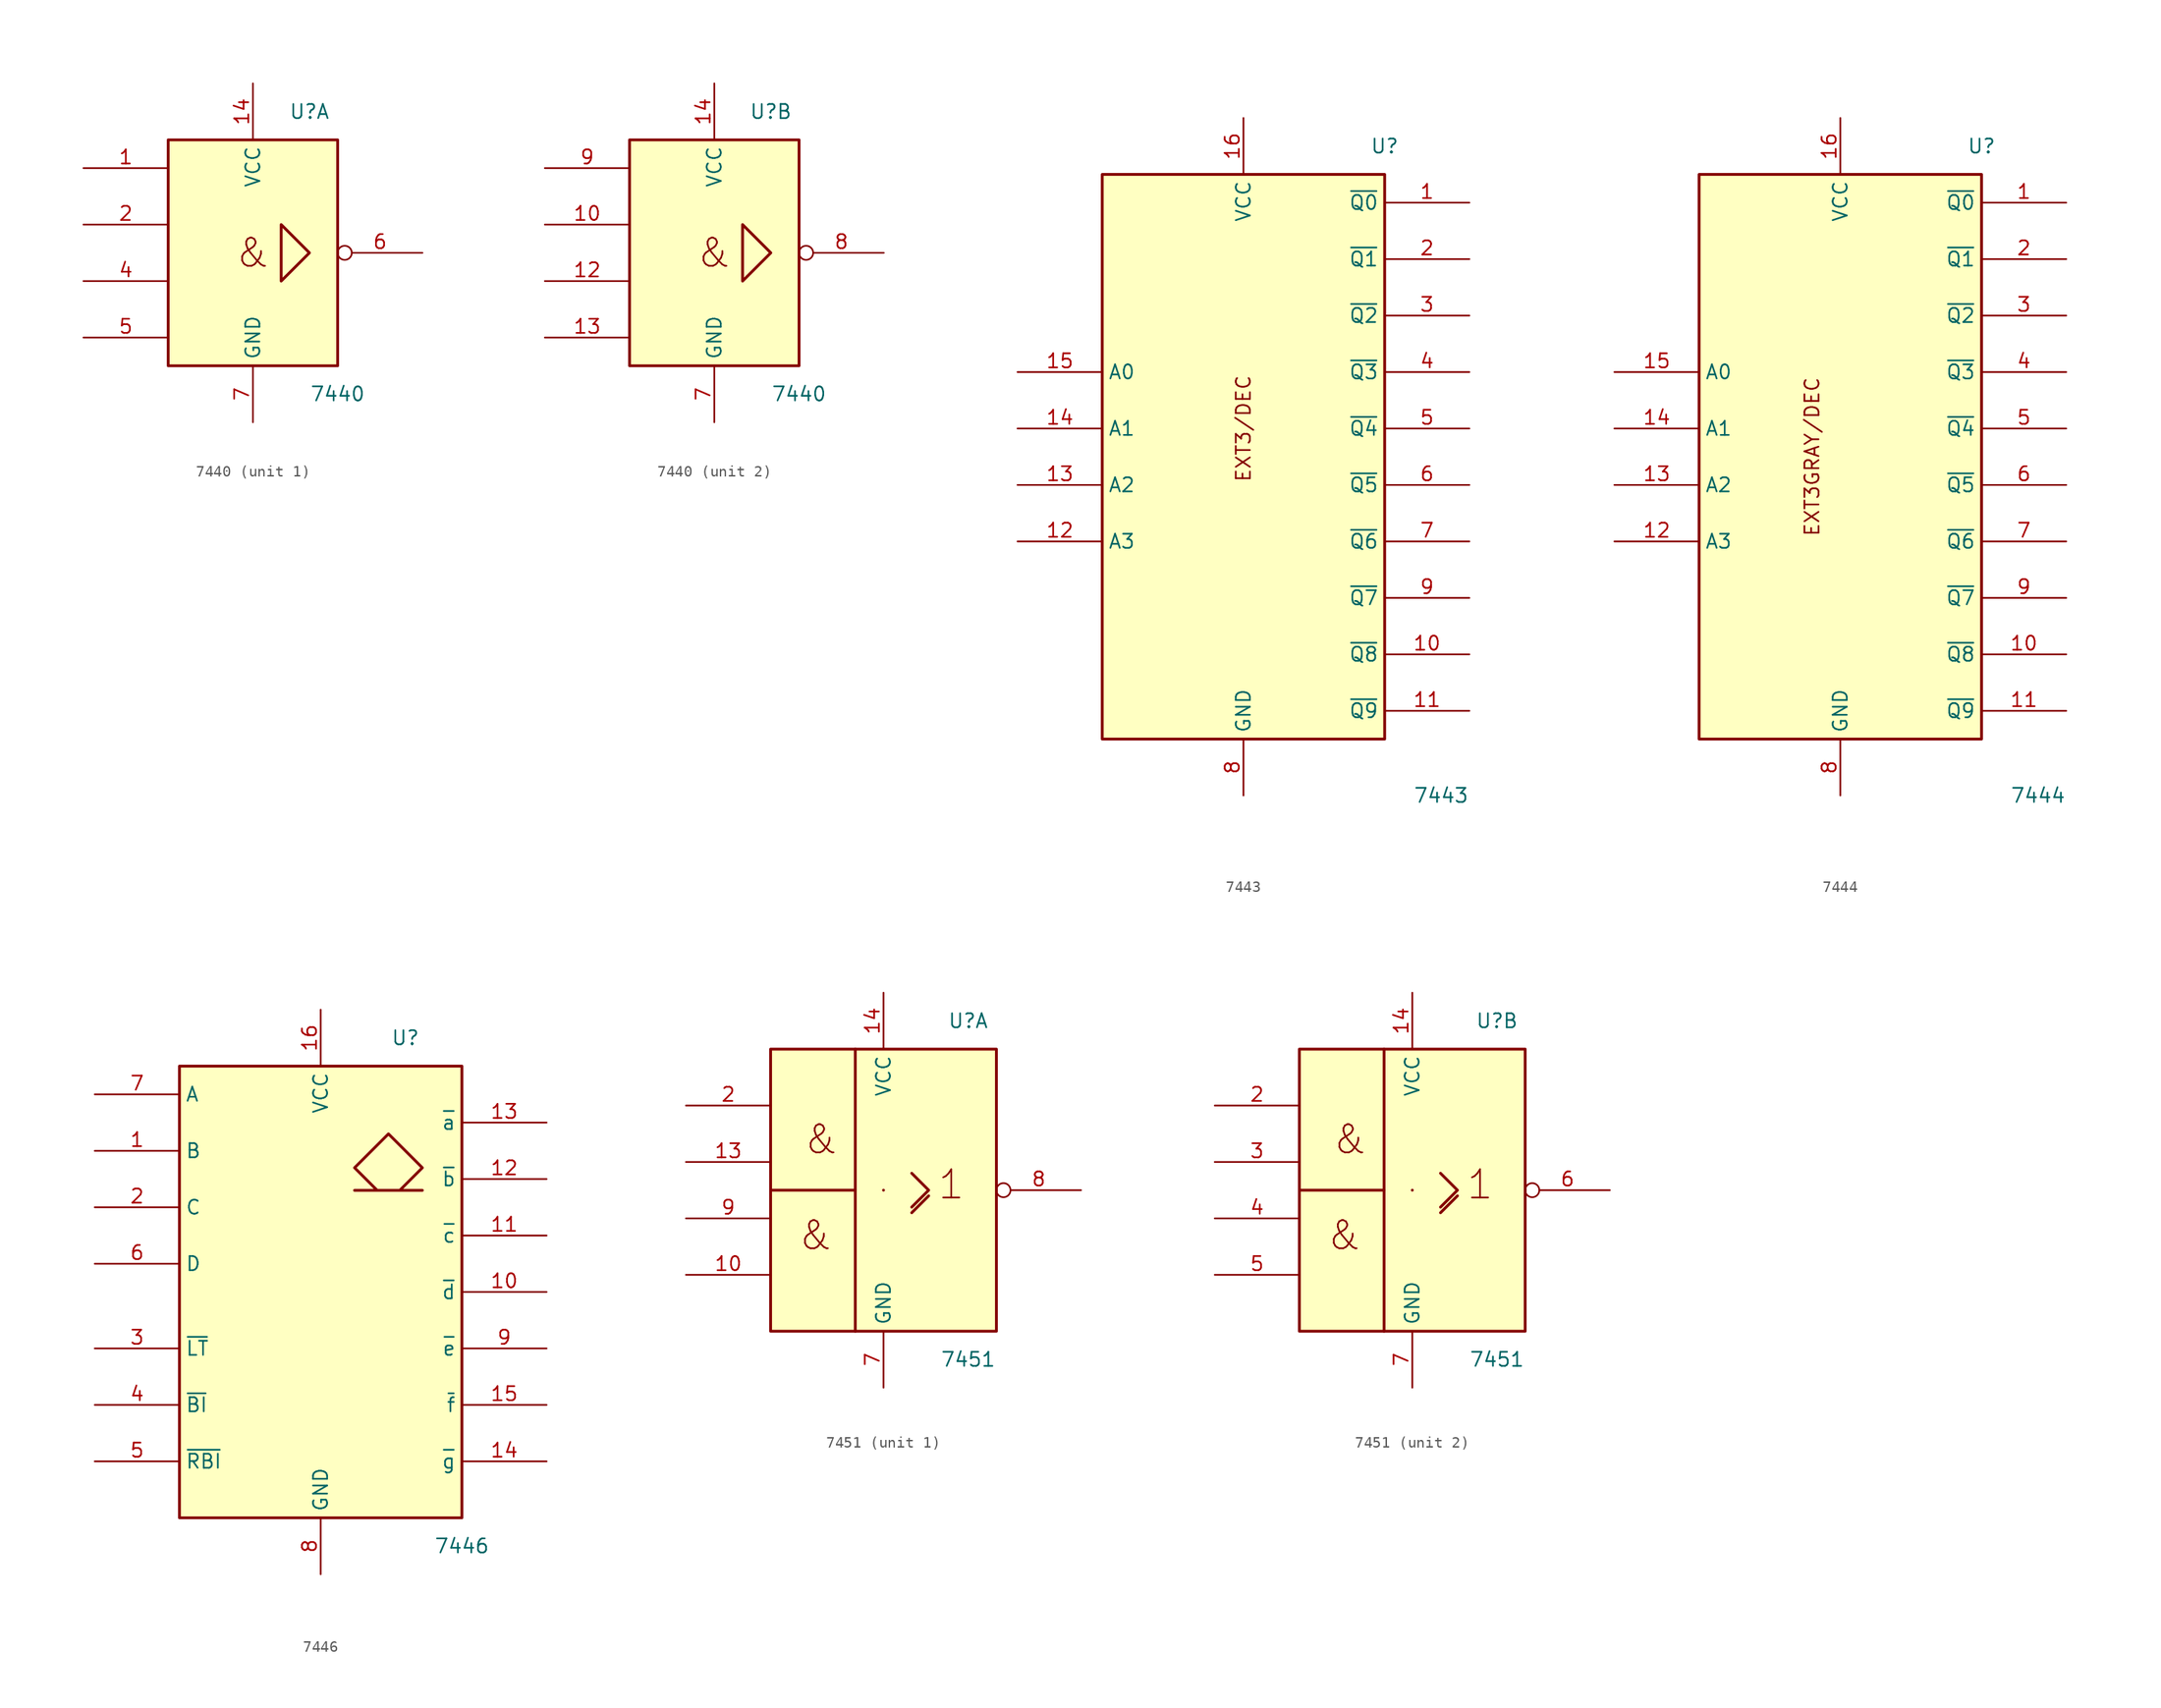
<source format=kicad_sym>
(kicad_symbol_lib
  (version 20220914)
  (generator kicad_symbol_editor)
  (symbol "7440"
    (property "Reference" "U"
      (at 5.08 12.7 0)
      (effects (font (size 1.27 1.27))))
    (property "Value" "7440"
      (at 7.62 -12.7 0)
      (effects (font (size 1.27 1.27))))
    (symbol "7440_0_0"
      (text "&" (at 0 0 0) (effects (font (size 2.54 2.54)))))
    (symbol "7440_0_1"
      (rectangle (start -7.62 10.16) (end 7.62 -10.16) (stroke (width 0.254) (type default)) (fill (type background)))
      (polyline (pts (xy 2.54 2.54) (xy 2.54 -2.54) (xy 5.08 0) (xy 2.54 2.54) (xy 2.54 2.54)) (stroke (width 0.254) (type default)) (fill (type background)))
      (pin power_in line (at 0 15.24 270) (length 5.08) (name "VCC" (effects (font (size 1.27 1.27)))) (number "14" (effects (font (size 1.27 1.27)))))
      (pin power_in line (at 0 -15.24 90) (length 5.08) (name "GND" (effects (font (size 1.27 1.27)))) (number "7" (effects (font (size 1.27 1.27))))))
    (symbol "7440_1_1"
      (pin input line (at -15.24 7.62 0) (length 7.62) (name "~" (effects (font (size 1.27 1.27)))) (number "1" (effects (font (size 1.27 1.27)))))
      (pin input line (at -15.24 2.54 0) (length 7.62) (name "~" (effects (font (size 1.27 1.27)))) (number "2" (effects (font (size 1.27 1.27)))))
      (pin input line (at -15.24 -2.54 0) (length 7.62) (name "~" (effects (font (size 1.27 1.27)))) (number "4" (effects (font (size 1.27 1.27)))))
      (pin input line (at -15.24 -7.62 0) (length 7.62) (name "~" (effects (font (size 1.27 1.27)))) (number "5" (effects (font (size 1.27 1.27)))))
      (pin output inverted (at 15.24 0 180) (length 7.62) (name "~" (effects (font (size 1.27 1.27)))) (number "6" (effects (font (size 1.27 1.27))))))
    (symbol "7440_2_1"
      (pin input line (at -15.24 2.54 0) (length 7.62) (name "~" (effects (font (size 1.27 1.27)))) (number "10" (effects (font (size 1.27 1.27)))))
      (pin input line (at -15.24 -2.54 0) (length 7.62) (name "~" (effects (font (size 1.27 1.27)))) (number "12" (effects (font (size 1.27 1.27)))))
      (pin input line (at -15.24 -7.62 0) (length 7.62) (name "~" (effects (font (size 1.27 1.27)))) (number "13" (effects (font (size 1.27 1.27)))))
      (pin output inverted (at 15.24 0 180) (length 7.62) (name "~" (effects (font (size 1.27 1.27)))) (number "8" (effects (font (size 1.27 1.27)))))
      (pin input line (at -15.24 7.62 0) (length 7.62) (name "~" (effects (font (size 1.27 1.27)))) (number "9" (effects (font (size 1.27 1.27)))))))
  (symbol "7443"
    (property "Reference" "U"
      (at 12.7 27.94 0)
      (effects (font (size 1.27 1.27))))
    (property "Value" "7443"
      (at 17.78 -30.48 0)
      (effects (font (size 1.27 1.27))))
    (symbol "7443_0_0"
      (rectangle (start -12.7 25.4) (end 12.7 -25.4) (stroke (width 0.254) (type default)) (fill (type background)))
      (text "EXT3/DEC" (at 0 2.54 900) (effects (font (size 1.27 1.27))))
      (pin power_in line (at 0 30.48 270) (length 5.08) (name "VCC" (effects (font (size 1.27 1.27)))) (number "16" (effects (font (size 1.27 1.27)))))
      (pin power_in line (at 0 -30.48 90) (length 5.08) (name "GND" (effects (font (size 1.27 1.27)))) (number "8" (effects (font (size 1.27 1.27))))))
    (symbol "7443_1_1"
      (pin output line (at 20.32 22.86 180) (length 7.62) (name "~{Q0}" (effects (font (size 1.27 1.27)))) (number "1" (effects (font (size 1.27 1.27)))))
      (pin output line (at 20.32 -17.78 180) (length 7.62) (name "~{Q8}" (effects (font (size 1.27 1.27)))) (number "10" (effects (font (size 1.27 1.27)))))
      (pin output line (at 20.32 -22.86 180) (length 7.62) (name "~{Q9}" (effects (font (size 1.27 1.27)))) (number "11" (effects (font (size 1.27 1.27)))))
      (pin input line (at -20.32 -7.62 0) (length 7.62) (name "A3" (effects (font (size 1.27 1.27)))) (number "12" (effects (font (size 1.27 1.27)))))
      (pin input line (at -20.32 -2.54 0) (length 7.62) (name "A2" (effects (font (size 1.27 1.27)))) (number "13" (effects (font (size 1.27 1.27)))))
      (pin input line (at -20.32 2.54 0) (length 7.62) (name "A1" (effects (font (size 1.27 1.27)))) (number "14" (effects (font (size 1.27 1.27)))))
      (pin input line (at -20.32 7.62 0) (length 7.62) (name "A0" (effects (font (size 1.27 1.27)))) (number "15" (effects (font (size 1.27 1.27)))))
      (pin output line (at 20.32 17.78 180) (length 7.62) (name "~{Q1}" (effects (font (size 1.27 1.27)))) (number "2" (effects (font (size 1.27 1.27)))))
      (pin output line (at 20.32 12.7 180) (length 7.62) (name "~{Q2}" (effects (font (size 1.27 1.27)))) (number "3" (effects (font (size 1.27 1.27)))))
      (pin output line (at 20.32 7.62 180) (length 7.62) (name "~{Q3}" (effects (font (size 1.27 1.27)))) (number "4" (effects (font (size 1.27 1.27)))))
      (pin output line (at 20.32 2.54 180) (length 7.62) (name "~{Q4}" (effects (font (size 1.27 1.27)))) (number "5" (effects (font (size 1.27 1.27)))))
      (pin output line (at 20.32 -2.54 180) (length 7.62) (name "~{Q5}" (effects (font (size 1.27 1.27)))) (number "6" (effects (font (size 1.27 1.27)))))
      (pin output line (at 20.32 -7.62 180) (length 7.62) (name "~{Q6}" (effects (font (size 1.27 1.27)))) (number "7" (effects (font (size 1.27 1.27)))))
      (pin output line (at 20.32 -12.7 180) (length 7.62) (name "~{Q7}" (effects (font (size 1.27 1.27)))) (number "9" (effects (font (size 1.27 1.27)))))))
  (symbol "7444"
    (property "Reference" "U"
      (at 12.7 27.94 0)
      (effects (font (size 1.27 1.27))))
    (property "Value" "7444"
      (at 17.78 -30.48 0)
      (effects (font (size 1.27 1.27))))
    (symbol "7444_0_0"
      (rectangle (start -12.7 25.4) (end 12.7 -25.4) (stroke (width 0.254) (type default)) (fill (type background)))
      (text "EXT3GRAY/DEC" (at -2.54 0 900) (effects (font (size 1.27 1.27))))
      (pin power_in line (at 0 30.48 270) (length 5.08) (name "VCC" (effects (font (size 1.27 1.27)))) (number "16" (effects (font (size 1.27 1.27)))))
      (pin power_in line (at 0 -30.48 90) (length 5.08) (name "GND" (effects (font (size 1.27 1.27)))) (number "8" (effects (font (size 1.27 1.27))))))
    (symbol "7444_1_1"
      (pin output line (at 20.32 22.86 180) (length 7.62) (name "~{Q0}" (effects (font (size 1.27 1.27)))) (number "1" (effects (font (size 1.27 1.27)))))
      (pin output line (at 20.32 -17.78 180) (length 7.62) (name "~{Q8}" (effects (font (size 1.27 1.27)))) (number "10" (effects (font (size 1.27 1.27)))))
      (pin output line (at 20.32 -22.86 180) (length 7.62) (name "~{Q9}" (effects (font (size 1.27 1.27)))) (number "11" (effects (font (size 1.27 1.27)))))
      (pin input line (at -20.32 -7.62 0) (length 7.62) (name "A3" (effects (font (size 1.27 1.27)))) (number "12" (effects (font (size 1.27 1.27)))))
      (pin input line (at -20.32 -2.54 0) (length 7.62) (name "A2" (effects (font (size 1.27 1.27)))) (number "13" (effects (font (size 1.27 1.27)))))
      (pin input line (at -20.32 2.54 0) (length 7.62) (name "A1" (effects (font (size 1.27 1.27)))) (number "14" (effects (font (size 1.27 1.27)))))
      (pin input line (at -20.32 7.62 0) (length 7.62) (name "A0" (effects (font (size 1.27 1.27)))) (number "15" (effects (font (size 1.27 1.27)))))
      (pin output line (at 20.32 17.78 180) (length 7.62) (name "~{Q1}" (effects (font (size 1.27 1.27)))) (number "2" (effects (font (size 1.27 1.27)))))
      (pin output line (at 20.32 12.7 180) (length 7.62) (name "~{Q2}" (effects (font (size 1.27 1.27)))) (number "3" (effects (font (size 1.27 1.27)))))
      (pin output line (at 20.32 7.62 180) (length 7.62) (name "~{Q3}" (effects (font (size 1.27 1.27)))) (number "4" (effects (font (size 1.27 1.27)))))
      (pin output line (at 20.32 2.54 180) (length 7.62) (name "~{Q4}" (effects (font (size 1.27 1.27)))) (number "5" (effects (font (size 1.27 1.27)))))
      (pin output line (at 20.32 -2.54 180) (length 7.62) (name "~{Q5}" (effects (font (size 1.27 1.27)))) (number "6" (effects (font (size 1.27 1.27)))))
      (pin output line (at 20.32 -7.62 180) (length 7.62) (name "~{Q6}" (effects (font (size 1.27 1.27)))) (number "7" (effects (font (size 1.27 1.27)))))
      (pin output line (at 20.32 -12.7 180) (length 7.62) (name "~{Q7}" (effects (font (size 1.27 1.27)))) (number "9" (effects (font (size 1.27 1.27)))))))
  (symbol "7446"
    (property "Reference" "U"
      (at 7.62 22.86 0)
      (effects (font (size 1.27 1.27))))
    (property "Value" "7446"
      (at 12.7 -22.86 0)
      (effects (font (size 1.27 1.27))))
    (symbol "7446_0_0"
      (rectangle (start -12.7 20.32) (end 12.7 -20.32) (stroke (width 0.254) (type default)) (fill (type background)))
      (polyline (pts (xy 7.112 9.144) (xy 9.144 11.176) (xy 6.096 14.224) (xy 3.048 11.176) (xy 5.08 9.144) (xy 3.048 9.144) (xy 9.144 9.144) (xy 9.144 9.144)) (stroke (width 0.254) (type default)) (fill (type background)))
      (pin power_in line (at 0 25.4 270) (length 5.08) (name "VCC" (effects (font (size 1.27 1.27)))) (number "16" (effects (font (size 1.27 1.27)))))
      (pin power_in line (at 0 -25.4 90) (length 5.08) (name "GND" (effects (font (size 1.27 1.27)))) (number "8" (effects (font (size 1.27 1.27))))))
    (symbol "7446_1_1"
      (pin input line (at -20.32 12.7 0) (length 7.62) (name "B" (effects (font (size 1.27 1.27)))) (number "1" (effects (font (size 1.27 1.27)))))
      (pin open_collector line (at 20.32 0 180) (length 7.62) (name "~{d}" (effects (font (size 1.27 1.27)))) (number "10" (effects (font (size 1.27 1.27)))))
      (pin open_collector line (at 20.32 5.08 180) (length 7.62) (name "~{c}" (effects (font (size 1.27 1.27)))) (number "11" (effects (font (size 1.27 1.27)))))
      (pin open_collector line (at 20.32 10.16 180) (length 7.62) (name "~{b}" (effects (font (size 1.27 1.27)))) (number "12" (effects (font (size 1.27 1.27)))))
      (pin open_collector line (at 20.32 15.24 180) (length 7.62) (name "~{a}" (effects (font (size 1.27 1.27)))) (number "13" (effects (font (size 1.27 1.27)))))
      (pin open_collector line (at 20.32 -15.24 180) (length 7.62) (name "~{g}" (effects (font (size 1.27 1.27)))) (number "14" (effects (font (size 1.27 1.27)))))
      (pin open_collector line (at 20.32 -10.16 180) (length 7.62) (name "~{f}" (effects (font (size 1.27 1.27)))) (number "15" (effects (font (size 1.27 1.27)))))
      (pin input line (at -20.32 7.62 0) (length 7.62) (name "C" (effects (font (size 1.27 1.27)))) (number "2" (effects (font (size 1.27 1.27)))))
      (pin input line (at -20.32 -5.08 0) (length 7.62) (name "~{LT}" (effects (font (size 1.27 1.27)))) (number "3" (effects (font (size 1.27 1.27)))))
      (pin input line (at -20.32 -10.16 0) (length 7.62) (name "~{BI}" (effects (font (size 1.27 1.27)))) (number "4" (effects (font (size 1.27 1.27)))))
      (pin input line (at -20.32 -15.24 0) (length 7.62) (name "~{RBI}" (effects (font (size 1.27 1.27)))) (number "5" (effects (font (size 1.27 1.27)))))
      (pin input line (at -20.32 2.54 0) (length 7.62) (name "D" (effects (font (size 1.27 1.27)))) (number "6" (effects (font (size 1.27 1.27)))))
      (pin input line (at -20.32 17.78 0) (length 7.62) (name "A" (effects (font (size 1.27 1.27)))) (number "7" (effects (font (size 1.27 1.27)))))
      (pin open_collector line (at 20.32 -5.08 180) (length 7.62) (name "~{e}" (effects (font (size 1.27 1.27)))) (number "9" (effects (font (size 1.27 1.27)))))))
  (symbol "7451"
    (property "Reference" "U"
      (at 7.62 15.24 0)
      (effects (font (size 1.27 1.27))))
    (property "Value" "7451"
      (at 7.62 -15.24 0)
      (effects (font (size 1.27 1.27))))
    (symbol "7451_0_0"
      (rectangle (start 0 0) (end 0 0) (stroke (width 0.254) (type default)) (fill (type background)))
      (polyline (pts (xy 2.54 -2.032) (xy 4.064 -0.508) (xy 4.064 -0.508)) (stroke (width 0.254) (type default)) (fill (type background)))
      (polyline (pts (xy 2.54 1.524) (xy 4.064 0) (xy 2.54 -1.524) (xy 2.54 -1.524)) (stroke (width 0.254) (type default)) (fill (type background)))
      (text "&" (at -6.096 -4.064 0) (effects (font (size 2.54 2.54))))
      (text "&" (at -5.588 4.572 0) (effects (font (size 2.54 2.54))))
      (text "1" (at 6.096 0.508 0) (effects (font (size 2.54 2.54)))))
    (symbol "7451_0_1"
      (rectangle (start -10.16 12.7) (end 10.16 -12.7) (stroke (width 0.254) (type default)) (fill (type background)))
      (polyline (pts (xy -2.54 0) (xy -2.54 -12.7) (xy -2.54 -12.7)) (stroke (width 0.254) (type default)) (fill (type background)))
      (polyline (pts (xy -2.54 12.7) (xy -2.54 0) (xy -10.16 0) (xy -10.16 0)) (stroke (width 0.254) (type default)) (fill (type background)))
      (pin power_in line (at 0 17.78 270) (length 5.08) (name "VCC" (effects (font (size 1.27 1.27)))) (number "14" (effects (font (size 1.27 1.27)))))
      (pin power_in line (at 0 -17.78 90) (length 5.08) (name "GND" (effects (font (size 1.27 1.27)))) (number "7" (effects (font (size 1.27 1.27))))))
    (symbol "7451_1_1"
      (pin input line (at -17.78 -7.62 0) (length 7.62) (name "~" (effects (font (size 1.27 1.27)))) (number "10" (effects (font (size 1.27 1.27)))))
      (pin input line (at -17.78 2.54 0) (length 7.62) (name "~" (effects (font (size 1.27 1.27)))) (number "13" (effects (font (size 1.27 1.27)))))
      (pin input line (at -17.78 7.62 0) (length 7.62) (name "~" (effects (font (size 1.27 1.27)))) (number "2" (effects (font (size 1.27 1.27)))))
      (pin output inverted (at 17.78 0 180) (length 7.62) (name "~" (effects (font (size 1.27 1.27)))) (number "8" (effects (font (size 1.27 1.27)))))
      (pin input line (at -17.78 -2.54 0) (length 7.62) (name "~" (effects (font (size 1.27 1.27)))) (number "9" (effects (font (size 1.27 1.27))))))
    (symbol "7451_2_1"
      (pin input line (at -17.78 7.62 0) (length 7.62) (name "~" (effects (font (size 1.27 1.27)))) (number "2" (effects (font (size 1.27 1.27)))))
      (pin input line (at -17.78 2.54 0) (length 7.62) (name "~" (effects (font (size 1.27 1.27)))) (number "3" (effects (font (size 1.27 1.27)))))
      (pin input line (at -17.78 -2.54 0) (length 7.62) (name "~" (effects (font (size 1.27 1.27)))) (number "4" (effects (font (size 1.27 1.27)))))
      (pin input line (at -17.78 -7.62 0) (length 7.62) (name "~" (effects (font (size 1.27 1.27)))) (number "5" (effects (font (size 1.27 1.27)))))
      (pin output inverted (at 17.78 0 180) (length 7.62) (name "~" (effects (font (size 1.27 1.27)))) (number "6" (effects (font (size 1.27 1.27))))))))
</source>
